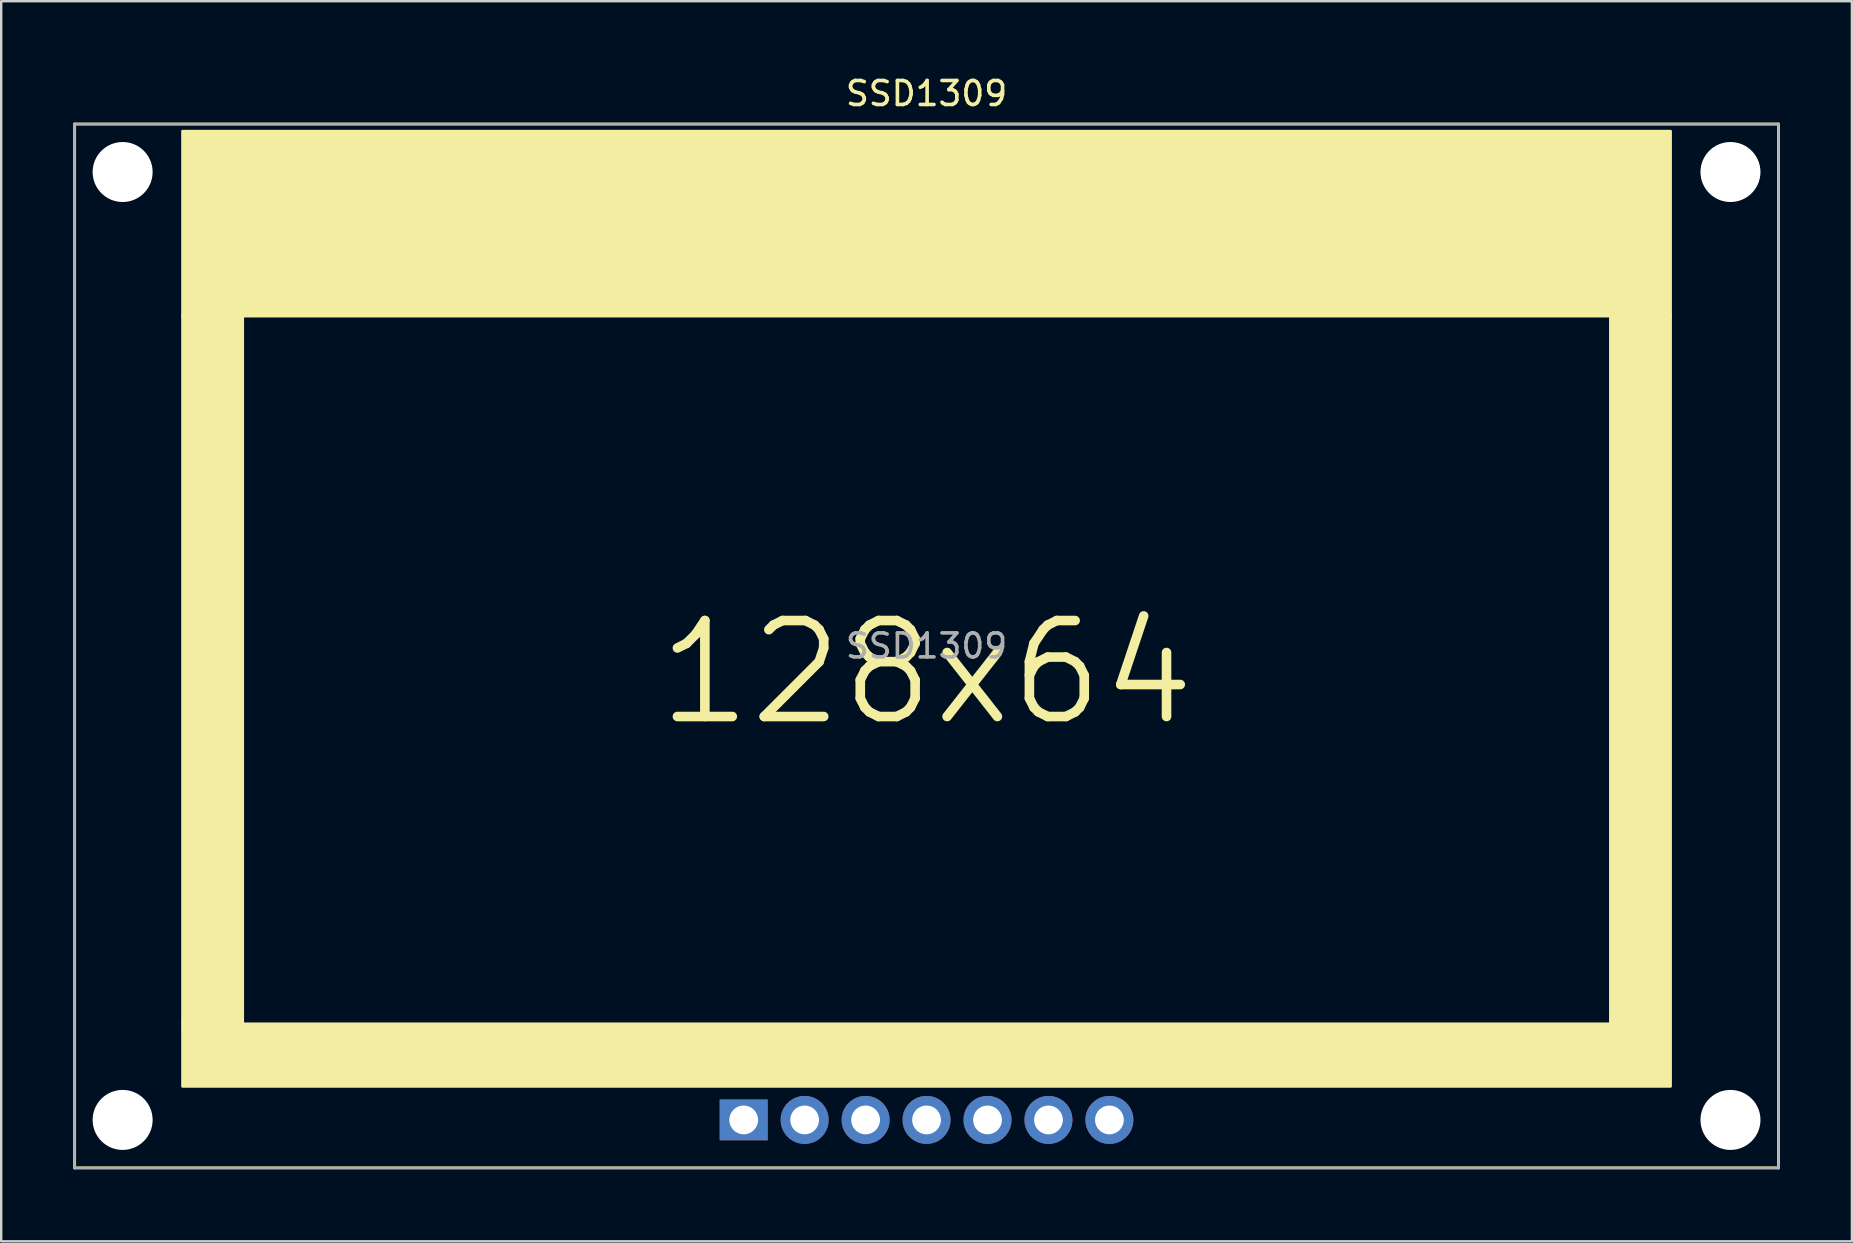
<source format=kicad_pcb>
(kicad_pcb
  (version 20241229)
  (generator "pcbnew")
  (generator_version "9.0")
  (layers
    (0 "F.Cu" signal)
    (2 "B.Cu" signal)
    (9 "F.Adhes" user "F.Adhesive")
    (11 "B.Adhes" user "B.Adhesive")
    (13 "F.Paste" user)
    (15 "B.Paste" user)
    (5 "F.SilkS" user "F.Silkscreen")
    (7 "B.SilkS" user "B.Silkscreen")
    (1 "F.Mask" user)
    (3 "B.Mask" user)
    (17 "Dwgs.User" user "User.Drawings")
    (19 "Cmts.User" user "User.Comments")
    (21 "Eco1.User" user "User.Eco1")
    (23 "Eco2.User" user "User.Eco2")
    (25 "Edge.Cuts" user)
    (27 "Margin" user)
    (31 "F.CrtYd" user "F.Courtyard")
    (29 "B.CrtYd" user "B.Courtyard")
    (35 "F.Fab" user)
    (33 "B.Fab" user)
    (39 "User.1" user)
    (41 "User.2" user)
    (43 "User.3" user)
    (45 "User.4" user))
  (footprint "SSD1309"
    (layer "F.Cu")
    (at 27.94 43.618)
    (property "Reference" "SSD1309" (at 7.62 -42.77 0) (layer "F.SilkS") (effects (font (size 1 1) (thickness 0.15))))
    (attr through_hole)
    (fp_line (start -27.88 -41.5) (end -27.88 2) (stroke (width 0.12) (type solid)) (layer "F.SilkS"))
    (fp_line (start -27.88 2) (end 43.12 2) (stroke (width 0.12) (type solid)) (layer "F.SilkS"))
    (fp_line (start 43.12 -41.5) (end -27.88 -41.5) (stroke (width 0.12) (type solid)) (layer "F.SilkS"))
    (fp_line (start 43.12 -41.5) (end 43.12 2) (stroke (width 0.12) (type solid)) (layer "F.SilkS"))
    (fp_rect (start -23.38 -41.2) (end 38.62 -33.5) (stroke (width 0.12) (type solid)) (fill yes) (layer "F.SilkS"))
    (fp_rect (start -23.38 -33.5) (end -20.88 -4) (stroke (width 0.12) (type solid)) (fill yes) (layer "F.SilkS"))
    (fp_rect (start -23.38 -4) (end 38.62 -1.4) (stroke (width 0.12) (type solid)) (fill yes) (layer "F.SilkS"))
    (fp_rect (start 36.12 -33.5) (end 38.62 -4) (stroke (width 0.12) (type solid)) (fill yes) (layer "F.SilkS"))
    (fp_line (start -27.88 -41.5) (end -27.88 2) (stroke (width 0.1) (type solid)) (layer "F.Fab"))
    (fp_line (start -27.88 2) (end 43.12 2) (stroke (width 0.1) (type solid)) (layer "F.Fab"))
    (fp_line (start 43.12 -41.5) (end -27.88 -41.5) (stroke (width 0.1) (type solid)) (layer "F.Fab"))
    (fp_line (start 43.12 -41.5) (end 43.12 2) (stroke (width 0.1) (type solid)) (layer "F.Fab"))
    (fp_text user "128x64" (at 7.62 -18.64 0) (unlocked yes) (layer "F.SilkS") (effects (font (size 4 4) (thickness 0.4))))
    (fp_text user "${REFERENCE}" (at 7.62 -19.75 0) (layer "F.Fab") (effects (font (size 1 1) (thickness 0.15))))
    (pad "" np_thru_hole circle (at -25.88 -39.5) (size 2.5 2.5) (drill 2.5) (layers "*.Cu" "*.Mask"))
    (pad "" np_thru_hole circle (at -25.88 0) (size 2.5 2.5) (drill 2.5) (layers "*.Cu" "*.Mask"))
    (pad "" np_thru_hole circle (at 41.12 -39.5) (size 2.5 2.5) (drill 2.5) (layers "*.Cu" "*.Mask"))
    (pad "" np_thru_hole circle (at 41.12 0) (size 2.5 2.5) (drill 2.5) (layers "*.Cu" "*.Mask"))
    (pad "1" thru_hole rect (at 0 0) (size 2 1.7) (drill 1.2) (layers "*.Cu" "*.Mask"))
    (pad "2" thru_hole circle (at 2.54 0) (size 2 2) (drill 1.2) (layers "*.Cu" "*.Mask"))
    (pad "3" thru_hole circle (at 5.08 0) (size 2 2) (drill 1.2) (layers "*.Cu" "*.Mask"))
    (pad "4" thru_hole circle (at 7.62 0) (size 2 2) (drill 1.2) (layers "*.Cu" "*.Mask"))
    (pad "5" thru_hole circle (at 10.16 0) (size 2 2) (drill 1.2) (layers "*.Cu" "*.Mask"))
    (pad "6" thru_hole circle (at 12.7 0) (size 2 2) (drill 1.2) (layers "*.Cu" "*.Mask"))
    (pad "7" thru_hole circle (at 15.24 0) (size 2 2) (drill 1.2) (layers "*.Cu" "*.Mask")))
  (gr_rect
    (start -3 -3)
    (end 74.12 48.678)
    (stroke (width 0.1) (type default))
    (fill no)
    (layer "Edge.Cuts")))
</source>
